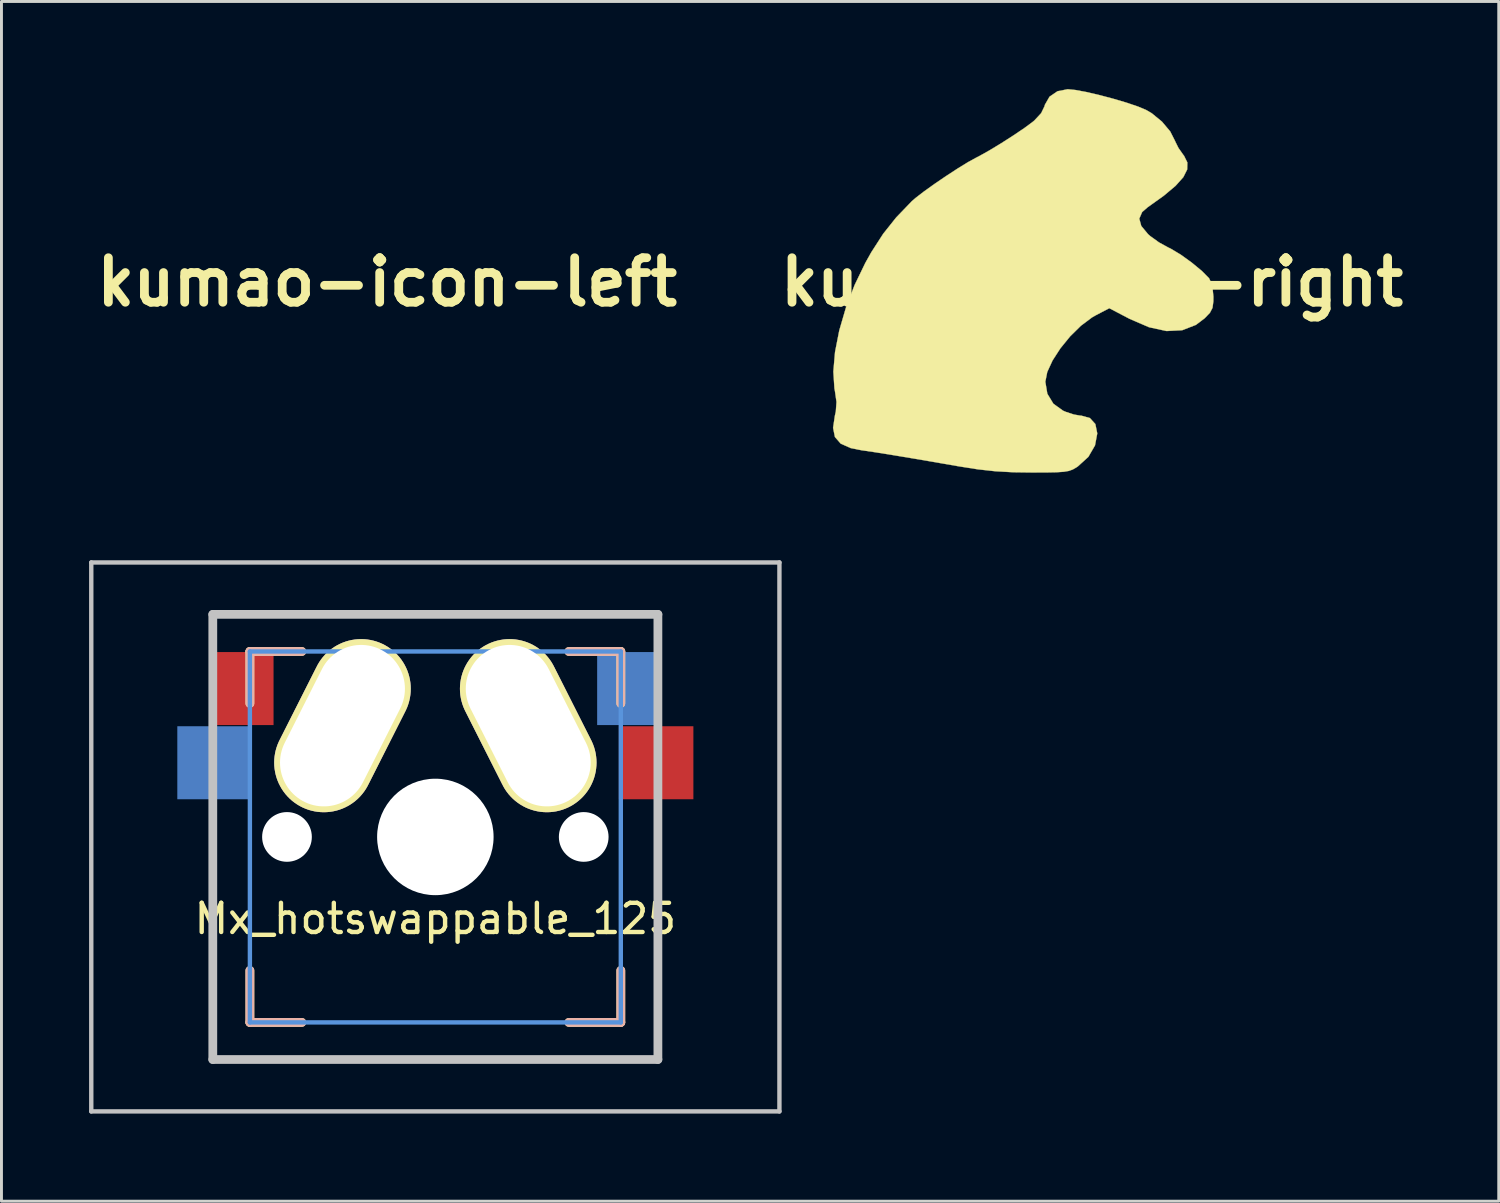
<source format=kicad_pcb>
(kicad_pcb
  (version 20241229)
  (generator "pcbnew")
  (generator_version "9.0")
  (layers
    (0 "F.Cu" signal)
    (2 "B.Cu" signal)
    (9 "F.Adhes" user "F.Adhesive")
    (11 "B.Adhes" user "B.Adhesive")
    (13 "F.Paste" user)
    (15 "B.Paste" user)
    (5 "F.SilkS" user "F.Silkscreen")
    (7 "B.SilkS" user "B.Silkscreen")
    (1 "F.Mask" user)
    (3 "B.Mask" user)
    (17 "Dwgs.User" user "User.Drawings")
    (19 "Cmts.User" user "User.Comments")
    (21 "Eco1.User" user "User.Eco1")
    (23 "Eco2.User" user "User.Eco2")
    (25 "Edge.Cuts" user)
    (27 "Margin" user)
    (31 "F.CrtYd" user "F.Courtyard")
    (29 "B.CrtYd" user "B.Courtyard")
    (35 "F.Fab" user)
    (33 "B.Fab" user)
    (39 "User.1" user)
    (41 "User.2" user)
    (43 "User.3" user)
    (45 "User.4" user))
  (footprint "kumao-icon-right"
    (layer "F.Cu")
    (at 34.337 6.609)
    (property "Reference" "kumao-icon-right" (at 0 0 0) (layer "F.SilkS") (effects (font (size 1.524 1.524) (thickness 0.3))))
    (attr through_hole)
    (fp_poly (pts (xy -1.179 -6.535) (xy -1.453 -6.348) (xy -1.612 -6.07) (xy -1.624 -6.021) (xy -1.739 -5.784) (xy -1.974 -5.531) (xy -2.021 -5.492) (xy -2.304 -5.282) (xy -2.683 -5.026) (xy -3.104 -4.756) (xy -3.515 -4.507) (xy -3.863 -4.312) (xy -3.967 -4.259) (xy -4.239 -4.11) (xy -4.594 -3.892) (xy -4.993 -3.632) (xy -5.394 -3.359) (xy -5.757 -3.099) (xy -6.042 -2.879) (xy -6.168 -2.769) (xy -6.701 -2.215) (xy -7.147 -1.655) (xy -7.553 -1.025) (xy -7.761 -0.654) (xy -8.126 0.1) (xy -8.425 0.879) (xy -8.651 1.654) (xy -8.796 2.393) (xy -8.854 3.065) (xy -8.817 3.639) (xy -8.8 3.729) (xy -8.746 4.103) (xy -8.769 4.429) (xy -8.802 4.577) (xy -8.863 4.99) (xy -8.8 5.303) (xy -8.603 5.53) (xy -8.262 5.682) (xy -7.884 5.758) (xy -7.418 5.826) (xy -6.799 5.925) (xy -6.025 6.054) (xy -5.09 6.215) (xy -4.568 6.306) (xy -3.901 6.411) (xy -3.302 6.477) (xy -2.688 6.511) (xy -2.069 6.519) (xy -1.574 6.518) (xy -1.217 6.511) (xy -0.965 6.494) (xy -0.789 6.464) (xy -0.655 6.415) (xy -0.532 6.344) (xy -0.482 6.31) (xy -0.122 5.983) (xy 0.105 5.591) (xy 0.182 5.181) (xy 0.117 4.86) (xy -0.07 4.654) (xy -0.371 4.571) (xy -0.409 4.57) (xy -0.617 4.534) (xy -0.886 4.446) (xy -0.986 4.404) (xy -1.319 4.166) (xy -1.527 3.823) (xy -1.596 3.412) (xy -1.53 3.077) (xy -1.349 2.684) (xy -1.079 2.266) (xy -0.746 1.857) (xy -0.377 1.494) (xy 0.003 1.209) (xy 0.129 1.137) (xy 0.594 0.894) (xy 1.291 1.259) (xy 1.954 1.545) (xy 2.553 1.675) (xy 3.088 1.648) (xy 3.56 1.465) (xy 3.861 1.237) (xy 4.04 1.05) (xy 4.128 0.881) (xy 4.158 0.656) (xy 4.159 0.498) (xy 4.12 0.107) (xy 4.011 -0.132) (xy 3.757 -0.388) (xy 3.412 -0.672) (xy 3.04 -0.94) (xy 2.7 -1.144) (xy 2.606 -1.189) (xy 2.297 -1.359) (xy 1.996 -1.576) (xy 1.921 -1.642) (xy 1.689 -1.922) (xy 1.621 -2.172) (xy 1.719 -2.399) (xy 1.904 -2.56) (xy 2.458 -2.956) (xy 2.864 -3.297) (xy 3.129 -3.593) (xy 3.261 -3.856) (xy 3.267 -4.096) (xy 3.154 -4.325) (xy 3.12 -4.368) (xy 2.963 -4.592) (xy 2.855 -4.809) (xy 2.849 -4.826) (xy 2.68 -5.159) (xy 2.397 -5.495) (xy 2.05 -5.78) (xy 1.865 -5.889) (xy 1.582 -6.009) (xy 1.191 -6.142) (xy 0.735 -6.277) (xy 0.26 -6.403) (xy -0.19 -6.508) (xy -0.569 -6.578) (xy -0.829 -6.604) (xy -1.179 -6.535)) (stroke (width 0.01) (type solid)) (fill yes) (layer "F.SilkS")))
  (footprint "kumao-icon-left"
    (layer "F.Cu")
    (at 10.204 6.609)
    (property "Reference" "kumao-icon-left" (at 0 0 0) (layer "F.SilkS") (effects (font (size 1.524 1.524) (thickness 0.3))))
    (attr through_hole)
    (fp_poly (pts (xy -1.179 -6.535) (xy -0.905 -6.348) (xy -0.746 -6.07) (xy -0.734 -6.021) (xy -0.619 -5.784) (xy -0.384 -5.531) (xy -0.337 -5.492) (xy -0.054 -5.282) (xy 0.325 -5.026) (xy 0.746 -4.756) (xy 1.157 -4.507) (xy 1.505 -4.312) (xy 1.609 -4.259) (xy 1.881 -4.11) (xy 2.236 -3.892) (xy 2.635 -3.632) (xy 3.036 -3.359) (xy 3.399 -3.099) (xy 3.684 -2.879) (xy 3.81 -2.769) (xy 4.343 -2.215) (xy 4.788 -1.655) (xy 5.195 -1.025) (xy 5.403 -0.654) (xy 5.768 0.1) (xy 6.067 0.879) (xy 6.293 1.654) (xy 6.438 2.393) (xy 6.496 3.065) (xy 6.459 3.639) (xy 6.442 3.729) (xy 6.388 4.103) (xy 6.411 4.429) (xy 6.444 4.577) (xy 6.505 4.99) (xy 6.442 5.303) (xy 6.245 5.53) (xy 5.904 5.682) (xy 5.525 5.758) (xy 5.059 5.826) (xy 4.441 5.925) (xy 3.667 6.054) (xy 2.732 6.215) (xy 2.21 6.306) (xy 1.543 6.411) (xy 0.944 6.477) (xy 0.33 6.511) (xy -0.289 6.519) (xy -0.784 6.518) (xy -1.142 6.511) (xy -1.393 6.494) (xy -1.57 6.464) (xy -1.704 6.415) (xy -1.826 6.344) (xy -1.877 6.31) (xy -2.236 5.983) (xy -2.463 5.591) (xy -2.54 5.181) (xy -2.475 4.86) (xy -2.288 4.654) (xy -1.987 4.571) (xy -1.95 4.57) (xy -1.741 4.534) (xy -1.472 4.446) (xy -1.373 4.404) (xy -1.039 4.166) (xy -0.831 3.823) (xy -0.762 3.412) (xy -0.828 3.077) (xy -1.009 2.684) (xy -1.28 2.266) (xy -1.612 1.857) (xy -1.982 1.494) (xy -2.361 1.209) (xy -2.487 1.137) (xy -2.952 0.894) (xy -3.649 1.259) (xy -4.312 1.545) (xy -4.911 1.675) (xy -5.446 1.648) (xy -5.918 1.465) (xy -6.219 1.237) (xy -6.398 1.05) (xy -6.487 0.881) (xy -6.516 0.656) (xy -6.517 0.498) (xy -6.478 0.107) (xy -6.369 -0.132) (xy -6.115 -0.388) (xy -5.771 -0.672) (xy -5.398 -0.94) (xy -5.058 -1.144) (xy -4.964 -1.189) (xy -4.655 -1.359) (xy -4.354 -1.576) (xy -4.279 -1.642) (xy -4.047 -1.922) (xy -3.979 -2.172) (xy -4.077 -2.399) (xy -4.262 -2.56) (xy -4.816 -2.956) (xy -5.222 -3.297) (xy -5.487 -3.593) (xy -5.619 -3.856) (xy -5.625 -4.096) (xy -5.512 -4.325) (xy -5.478 -4.368) (xy -5.321 -4.592) (xy -5.213 -4.809) (xy -5.207 -4.826) (xy -5.038 -5.159) (xy -4.756 -5.495) (xy -4.408 -5.78) (xy -4.223 -5.889) (xy -3.941 -6.009) (xy -3.549 -6.142) (xy -3.093 -6.277) (xy -2.618 -6.403) (xy -2.169 -6.508) (xy -1.79 -6.578) (xy -1.53 -6.604) (xy -1.179 -6.535)) (stroke (width 0.01) (type solid)) (fill yes) (layer "F.Mask")))
  (footprint "Mx_hotswappable_125"
    (layer "F.Cu")
    (at 11.856 25.606)
    (property "Reference" "Mx_hotswappable_125" (at 0 2.8 0) (layer "F.SilkS") (effects (font (size 1 1) (thickness 0.15))))
    (attr through_hole)
    (fp_line (start -6.35 -6.35) (end -4.572 -6.35) (stroke (width 0.3) (type solid)) (layer "F.SilkS"))
    (fp_line (start -6.35 -4.572) (end -6.35 -6.35) (stroke (width 0.3) (type solid)) (layer "F.SilkS"))
    (fp_line (start -6.35 6.35) (end -6.35 4.572) (stroke (width 0.3) (type solid)) (layer "F.SilkS"))
    (fp_line (start -4.572 6.35) (end -6.35 6.35) (stroke (width 0.3) (type solid)) (layer "F.SilkS"))
    (fp_line (start 4.572 -6.35) (end 6.35 -6.35) (stroke (width 0.3) (type solid)) (layer "F.SilkS"))
    (fp_line (start 6.35 -6.35) (end 6.35 -4.572) (stroke (width 0.3) (type solid)) (layer "F.SilkS"))
    (fp_line (start 6.35 4.572) (end 6.35 6.35) (stroke (width 0.3) (type solid)) (layer "F.SilkS"))
    (fp_line (start 6.35 6.35) (end 4.572 6.35) (stroke (width 0.3) (type solid)) (layer "F.SilkS"))
    (fp_line (start -6.35 -6.35) (end -4.572 -6.35) (stroke (width 0.3) (type solid)) (layer "B.SilkS"))
    (fp_line (start -6.35 -4.572) (end -6.35 -6.35) (stroke (width 0.3) (type solid)) (layer "B.SilkS"))
    (fp_line (start -6.35 6.35) (end -6.35 4.572) (stroke (width 0.3) (type solid)) (layer "B.SilkS"))
    (fp_line (start -4.572 6.35) (end -6.35 6.35) (stroke (width 0.3) (type solid)) (layer "B.SilkS"))
    (fp_line (start 4.572 -6.35) (end 6.35 -6.35) (stroke (width 0.3) (type solid)) (layer "B.SilkS"))
    (fp_line (start 6.35 -6.35) (end 6.35 -4.572) (stroke (width 0.3) (type solid)) (layer "B.SilkS"))
    (fp_line (start 6.35 4.572) (end 6.35 6.35) (stroke (width 0.3) (type solid)) (layer "B.SilkS"))
    (fp_line (start 6.35 6.35) (end 4.572 6.35) (stroke (width 0.3) (type solid)) (layer "B.SilkS"))
    (fp_line (start -11.781 -9.398) (end -11.781 9.398) (stroke (width 0.15) (type solid)) (layer "Dwgs.User"))
    (fp_line (start -11.781 -9.398) (end 11.781 -9.398) (stroke (width 0.15) (type solid)) (layer "Dwgs.User"))
    (fp_line (start -11.781 9.398) (end 11.781 9.398) (stroke (width 0.15) (type solid)) (layer "Dwgs.User"))
    (fp_line (start -7.62 -7.62) (end -7.62 7.62) (stroke (width 0.3) (type solid)) (layer "Dwgs.User"))
    (fp_line (start -7.62 -7.62) (end 7.62 -7.62) (stroke (width 0.3) (type solid)) (layer "Dwgs.User"))
    (fp_line (start -7.62 7.62) (end 7.62 7.62) (stroke (width 0.3) (type solid)) (layer "Dwgs.User"))
    (fp_line (start 7.62 -7.62) (end 7.62 7.62) (stroke (width 0.3) (type solid)) (layer "Dwgs.User"))
    (fp_line (start 11.781 -9.398) (end 11.781 9.398) (stroke (width 0.15) (type solid)) (layer "Dwgs.User"))
    (fp_line (start -6.35 6.35) (end -6.35 -6.35) (stroke (width 0.15) (type solid)) (layer "Cmts.User"))
    (fp_line (start -6.35 6.35) (end 6.35 6.35) (stroke (width 0.15) (type solid)) (layer "Cmts.User"))
    (fp_line (start 6.35 -6.35) (end -6.35 -6.35) (stroke (width 0.15) (type solid)) (layer "Cmts.User"))
    (fp_line (start 6.35 -6.35) (end 6.35 6.35) (stroke (width 0.15) (type solid)) (layer "Cmts.User"))
    (fp_line (start -6.985 -6.985) (end 6.985 -6.985) (stroke (width 0.15) (type solid)) (layer "Eco1.User"))
    (fp_line (start -6.985 6.985) (end -6.985 -6.985) (stroke (width 0.15) (type solid)) (layer "Eco1.User"))
    (fp_line (start 6.985 -6.985) (end 6.985 6.985) (stroke (width 0.15) (type solid)) (layer "Eco1.User"))
    (fp_line (start 6.985 6.985) (end -6.985 6.985) (stroke (width 0.15) (type solid)) (layer "Eco1.User"))
    (pad "" np_thru_hole circle (at -5.08 0) (size 1.702 1.702) (drill 1.702) (layers "*.Cu" "*.Mask"))
    (pad "" np_thru_hole circle (at 0 0) (size 3.988 3.988) (drill 3.988) (layers "*.Cu" "*.Mask"))
    (pad "" np_thru_hole circle (at 5.08 0) (size 1.702 1.702) (drill 1.702) (layers "*.Cu" "*.Mask"))
    (pad "1" smd rect (at -6.64 -5.08) (size 2.2 2.5) (layers "F.Cu" "F.Mask" "F.Paste"))
    (pad "1" thru_hole oval (at -3.18 -3.81 333.2) (size 3.4 6.232) (drill oval 3 5.832) (layers "*.Cu" "*.Mask" "F.SilkS"))
    (pad "1" smd rect (at 6.64 -5.08) (size 2.2 2.5) (layers "B.Cu" "B.Mask" "B.Paste"))
    (pad "2" smd rect (at -7.56 -2.54) (size 2.55 2.5) (layers "B.Cu" "B.Mask" "B.Paste"))
    (pad "2" thru_hole oval (at 3.18 -3.81 26.8) (size 3.4 6.232) (drill oval 3 5.832) (layers "*.Cu" "*.Mask" "F.SilkS"))
    (pad "2" smd rect (at 7.56 -2.54) (size 2.55 2.5) (layers "F.Cu" "F.Mask" "F.Paste")))
  (gr_rect
    (start -3 -3)
    (end 48.266 38.079)
    (stroke (width 0.1) (type default))
    (fill no)
    (layer "Edge.Cuts")))
</source>
